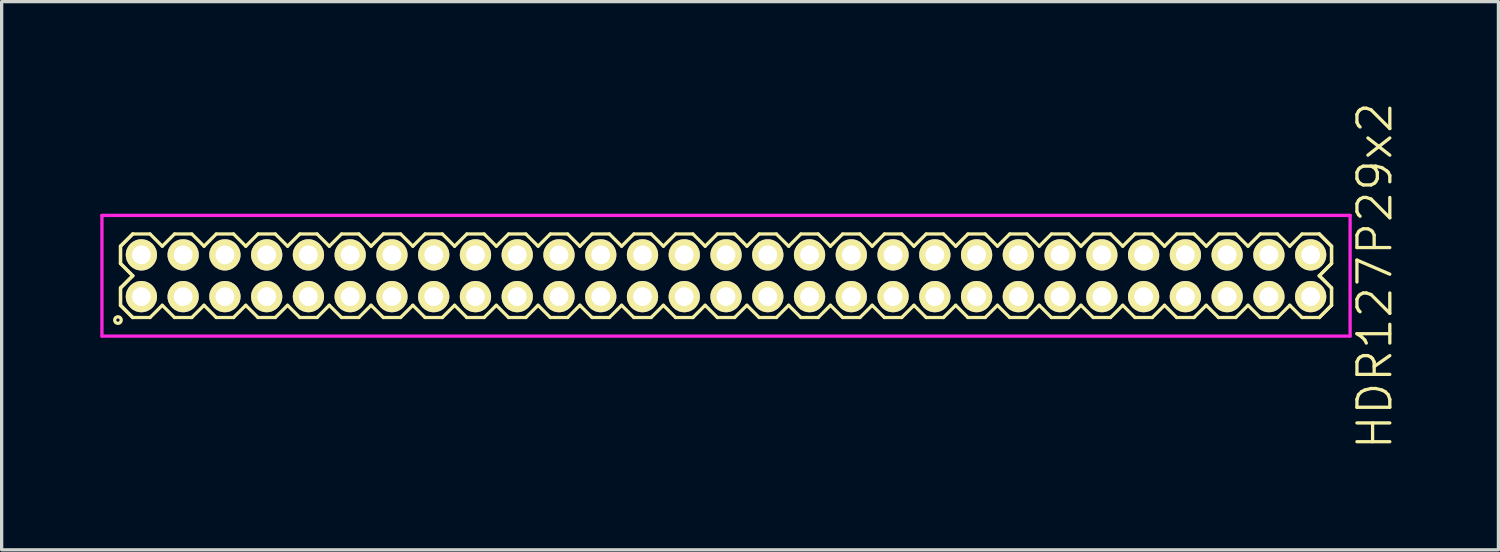
<source format=kicad_pcb>
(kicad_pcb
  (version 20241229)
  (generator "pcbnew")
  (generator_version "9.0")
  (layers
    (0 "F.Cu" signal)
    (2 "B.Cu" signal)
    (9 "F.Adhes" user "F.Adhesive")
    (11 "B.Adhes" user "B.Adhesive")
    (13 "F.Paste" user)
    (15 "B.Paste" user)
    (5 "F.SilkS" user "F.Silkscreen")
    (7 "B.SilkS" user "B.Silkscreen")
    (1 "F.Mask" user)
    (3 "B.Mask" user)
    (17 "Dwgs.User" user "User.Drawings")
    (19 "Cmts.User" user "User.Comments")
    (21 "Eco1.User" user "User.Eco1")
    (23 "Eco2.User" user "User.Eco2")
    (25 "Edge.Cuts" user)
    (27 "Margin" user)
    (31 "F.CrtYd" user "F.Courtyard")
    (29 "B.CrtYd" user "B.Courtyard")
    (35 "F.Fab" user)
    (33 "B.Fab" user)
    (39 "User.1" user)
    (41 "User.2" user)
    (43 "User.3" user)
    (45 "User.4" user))
  (footprint "HDR127P29x2"
    (layer "F.Cu")
    (at 19.03 5.336)
    (property "Reference" "HDR127P29x2" (at 19.73 0 90) (layer "F.SilkS") (effects (font (size 1 1) (thickness 0.1))))
    (attr through_hole)
    (fp_line (start -18.415 -0.898) (end -18.043 -1.27) (stroke (width 0.1) (type solid)) (layer "F.SilkS"))
    (fp_line (start -18.415 -0.898) (end -18.043 -1.27) (stroke (width 0.1) (type solid)) (layer "F.SilkS"))
    (fp_line (start -18.415 -0.372) (end -18.415 -0.898) (stroke (width 0.1) (type solid)) (layer "F.SilkS"))
    (fp_line (start -18.415 -0.372) (end -18.415 -0.898) (stroke (width 0.1) (type solid)) (layer "F.SilkS"))
    (fp_line (start -18.415 0.372) (end -18.043 0) (stroke (width 0.1) (type solid)) (layer "F.SilkS"))
    (fp_line (start -18.415 0.372) (end -18.043 0) (stroke (width 0.1) (type solid)) (layer "F.SilkS"))
    (fp_line (start -18.415 0.898) (end -18.415 0.372) (stroke (width 0.1) (type solid)) (layer "F.SilkS"))
    (fp_line (start -18.415 0.898) (end -18.415 0.372) (stroke (width 0.1) (type solid)) (layer "F.SilkS"))
    (fp_line (start -18.043 -1.27) (end -17.517 -1.27) (stroke (width 0.1) (type solid)) (layer "F.SilkS"))
    (fp_line (start -18.043 0) (end -18.415 -0.372) (stroke (width 0.1) (type solid)) (layer "F.SilkS"))
    (fp_line (start -18.043 0) (end -18.415 -0.372) (stroke (width 0.1) (type solid)) (layer "F.SilkS"))
    (fp_line (start -18.043 1.27) (end -18.415 0.898) (stroke (width 0.1) (type solid)) (layer "F.SilkS"))
    (fp_line (start -18.043 1.27) (end -18.415 0.898) (stroke (width 0.1) (type solid)) (layer "F.SilkS"))
    (fp_line (start -17.517 -1.27) (end -17.145 -0.898) (stroke (width 0.1) (type solid)) (layer "F.SilkS"))
    (fp_line (start -17.517 1.27) (end -18.043 1.27) (stroke (width 0.1) (type solid)) (layer "F.SilkS"))
    (fp_line (start -17.145 -0.898) (end -16.773 -1.27) (stroke (width 0.1) (type solid)) (layer "F.SilkS"))
    (fp_line (start -17.145 0.898) (end -17.517 1.27) (stroke (width 0.1) (type solid)) (layer "F.SilkS"))
    (fp_line (start -16.773 -1.27) (end -16.247 -1.27) (stroke (width 0.1) (type solid)) (layer "F.SilkS"))
    (fp_line (start -16.773 1.27) (end -17.145 0.898) (stroke (width 0.1) (type solid)) (layer "F.SilkS"))
    (fp_line (start -16.247 -1.27) (end -15.875 -0.898) (stroke (width 0.1) (type solid)) (layer "F.SilkS"))
    (fp_line (start -16.247 1.27) (end -16.773 1.27) (stroke (width 0.1) (type solid)) (layer "F.SilkS"))
    (fp_line (start -15.875 -0.898) (end -15.503 -1.27) (stroke (width 0.1) (type solid)) (layer "F.SilkS"))
    (fp_line (start -15.875 0.898) (end -16.247 1.27) (stroke (width 0.1) (type solid)) (layer "F.SilkS"))
    (fp_line (start -15.503 -1.27) (end -14.977 -1.27) (stroke (width 0.1) (type solid)) (layer "F.SilkS"))
    (fp_line (start -15.503 1.27) (end -15.875 0.898) (stroke (width 0.1) (type solid)) (layer "F.SilkS"))
    (fp_line (start -14.977 -1.27) (end -14.605 -0.898) (stroke (width 0.1) (type solid)) (layer "F.SilkS"))
    (fp_line (start -14.977 1.27) (end -15.503 1.27) (stroke (width 0.1) (type solid)) (layer "F.SilkS"))
    (fp_line (start -14.605 -0.898) (end -14.233 -1.27) (stroke (width 0.1) (type solid)) (layer "F.SilkS"))
    (fp_line (start -14.605 0.898) (end -14.977 1.27) (stroke (width 0.1) (type solid)) (layer "F.SilkS"))
    (fp_line (start -14.233 -1.27) (end -13.707 -1.27) (stroke (width 0.1) (type solid)) (layer "F.SilkS"))
    (fp_line (start -14.233 1.27) (end -14.605 0.898) (stroke (width 0.1) (type solid)) (layer "F.SilkS"))
    (fp_line (start -13.707 -1.27) (end -13.335 -0.898) (stroke (width 0.1) (type solid)) (layer "F.SilkS"))
    (fp_line (start -13.707 1.27) (end -14.233 1.27) (stroke (width 0.1) (type solid)) (layer "F.SilkS"))
    (fp_line (start -13.335 -0.898) (end -12.963 -1.27) (stroke (width 0.1) (type solid)) (layer "F.SilkS"))
    (fp_line (start -13.335 0.898) (end -13.707 1.27) (stroke (width 0.1) (type solid)) (layer "F.SilkS"))
    (fp_line (start -12.963 -1.27) (end -12.437 -1.27) (stroke (width 0.1) (type solid)) (layer "F.SilkS"))
    (fp_line (start -12.963 1.27) (end -13.335 0.898) (stroke (width 0.1) (type solid)) (layer "F.SilkS"))
    (fp_line (start -12.437 -1.27) (end -12.065 -0.898) (stroke (width 0.1) (type solid)) (layer "F.SilkS"))
    (fp_line (start -12.437 1.27) (end -12.963 1.27) (stroke (width 0.1) (type solid)) (layer "F.SilkS"))
    (fp_line (start -12.065 -0.898) (end -11.693 -1.27) (stroke (width 0.1) (type solid)) (layer "F.SilkS"))
    (fp_line (start -12.065 0.898) (end -12.437 1.27) (stroke (width 0.1) (type solid)) (layer "F.SilkS"))
    (fp_line (start -11.693 -1.27) (end -11.167 -1.27) (stroke (width 0.1) (type solid)) (layer "F.SilkS"))
    (fp_line (start -11.693 1.27) (end -12.065 0.898) (stroke (width 0.1) (type solid)) (layer "F.SilkS"))
    (fp_line (start -11.167 -1.27) (end -10.795 -0.898) (stroke (width 0.1) (type solid)) (layer "F.SilkS"))
    (fp_line (start -11.167 1.27) (end -11.693 1.27) (stroke (width 0.1) (type solid)) (layer "F.SilkS"))
    (fp_line (start -10.795 -0.898) (end -10.423 -1.27) (stroke (width 0.1) (type solid)) (layer "F.SilkS"))
    (fp_line (start -10.795 0.898) (end -11.167 1.27) (stroke (width 0.1) (type solid)) (layer "F.SilkS"))
    (fp_line (start -10.423 -1.27) (end -9.897 -1.27) (stroke (width 0.1) (type solid)) (layer "F.SilkS"))
    (fp_line (start -10.423 1.27) (end -10.795 0.898) (stroke (width 0.1) (type solid)) (layer "F.SilkS"))
    (fp_line (start -9.897 -1.27) (end -9.525 -0.898) (stroke (width 0.1) (type solid)) (layer "F.SilkS"))
    (fp_line (start -9.897 1.27) (end -10.423 1.27) (stroke (width 0.1) (type solid)) (layer "F.SilkS"))
    (fp_line (start -9.525 -0.898) (end -9.153 -1.27) (stroke (width 0.1) (type solid)) (layer "F.SilkS"))
    (fp_line (start -9.525 0.898) (end -9.897 1.27) (stroke (width 0.1) (type solid)) (layer "F.SilkS"))
    (fp_line (start -9.153 -1.27) (end -8.627 -1.27) (stroke (width 0.1) (type solid)) (layer "F.SilkS"))
    (fp_line (start -9.153 1.27) (end -9.525 0.898) (stroke (width 0.1) (type solid)) (layer "F.SilkS"))
    (fp_line (start -8.627 -1.27) (end -8.255 -0.898) (stroke (width 0.1) (type solid)) (layer "F.SilkS"))
    (fp_line (start -8.627 1.27) (end -9.153 1.27) (stroke (width 0.1) (type solid)) (layer "F.SilkS"))
    (fp_line (start -8.255 -0.898) (end -7.883 -1.27) (stroke (width 0.1) (type solid)) (layer "F.SilkS"))
    (fp_line (start -8.255 0.898) (end -8.627 1.27) (stroke (width 0.1) (type solid)) (layer "F.SilkS"))
    (fp_line (start -7.883 -1.27) (end -7.357 -1.27) (stroke (width 0.1) (type solid)) (layer "F.SilkS"))
    (fp_line (start -7.883 1.27) (end -8.255 0.898) (stroke (width 0.1) (type solid)) (layer "F.SilkS"))
    (fp_line (start -7.357 -1.27) (end -6.985 -0.898) (stroke (width 0.1) (type solid)) (layer "F.SilkS"))
    (fp_line (start -7.357 1.27) (end -7.883 1.27) (stroke (width 0.1) (type solid)) (layer "F.SilkS"))
    (fp_line (start -6.985 -0.898) (end -6.613 -1.27) (stroke (width 0.1) (type solid)) (layer "F.SilkS"))
    (fp_line (start -6.985 0.898) (end -7.357 1.27) (stroke (width 0.1) (type solid)) (layer "F.SilkS"))
    (fp_line (start -6.613 -1.27) (end -6.087 -1.27) (stroke (width 0.1) (type solid)) (layer "F.SilkS"))
    (fp_line (start -6.613 1.27) (end -6.985 0.898) (stroke (width 0.1) (type solid)) (layer "F.SilkS"))
    (fp_line (start -6.087 -1.27) (end -5.715 -0.898) (stroke (width 0.1) (type solid)) (layer "F.SilkS"))
    (fp_line (start -6.087 1.27) (end -6.613 1.27) (stroke (width 0.1) (type solid)) (layer "F.SilkS"))
    (fp_line (start -5.715 -0.898) (end -5.343 -1.27) (stroke (width 0.1) (type solid)) (layer "F.SilkS"))
    (fp_line (start -5.715 0.898) (end -6.087 1.27) (stroke (width 0.1) (type solid)) (layer "F.SilkS"))
    (fp_line (start -5.343 -1.27) (end -4.817 -1.27) (stroke (width 0.1) (type solid)) (layer "F.SilkS"))
    (fp_line (start -5.343 1.27) (end -5.715 0.898) (stroke (width 0.1) (type solid)) (layer "F.SilkS"))
    (fp_line (start -4.817 -1.27) (end -4.445 -0.898) (stroke (width 0.1) (type solid)) (layer "F.SilkS"))
    (fp_line (start -4.817 1.27) (end -5.343 1.27) (stroke (width 0.1) (type solid)) (layer "F.SilkS"))
    (fp_line (start -4.445 -0.898) (end -4.073 -1.27) (stroke (width 0.1) (type solid)) (layer "F.SilkS"))
    (fp_line (start -4.445 0.898) (end -4.817 1.27) (stroke (width 0.1) (type solid)) (layer "F.SilkS"))
    (fp_line (start -4.073 -1.27) (end -3.547 -1.27) (stroke (width 0.1) (type solid)) (layer "F.SilkS"))
    (fp_line (start -4.073 1.27) (end -4.445 0.898) (stroke (width 0.1) (type solid)) (layer "F.SilkS"))
    (fp_line (start -3.547 -1.27) (end -3.175 -0.898) (stroke (width 0.1) (type solid)) (layer "F.SilkS"))
    (fp_line (start -3.547 1.27) (end -4.073 1.27) (stroke (width 0.1) (type solid)) (layer "F.SilkS"))
    (fp_line (start -3.175 -0.898) (end -2.803 -1.27) (stroke (width 0.1) (type solid)) (layer "F.SilkS"))
    (fp_line (start -3.175 0.898) (end -3.547 1.27) (stroke (width 0.1) (type solid)) (layer "F.SilkS"))
    (fp_line (start -2.803 -1.27) (end -2.277 -1.27) (stroke (width 0.1) (type solid)) (layer "F.SilkS"))
    (fp_line (start -2.803 1.27) (end -3.175 0.898) (stroke (width 0.1) (type solid)) (layer "F.SilkS"))
    (fp_line (start -2.277 -1.27) (end -1.905 -0.898) (stroke (width 0.1) (type solid)) (layer "F.SilkS"))
    (fp_line (start -2.277 1.27) (end -2.803 1.27) (stroke (width 0.1) (type solid)) (layer "F.SilkS"))
    (fp_line (start -1.905 -0.898) (end -1.533 -1.27) (stroke (width 0.1) (type solid)) (layer "F.SilkS"))
    (fp_line (start -1.905 0.898) (end -2.277 1.27) (stroke (width 0.1) (type solid)) (layer "F.SilkS"))
    (fp_line (start -1.533 -1.27) (end -1.007 -1.27) (stroke (width 0.1) (type solid)) (layer "F.SilkS"))
    (fp_line (start -1.533 1.27) (end -1.905 0.898) (stroke (width 0.1) (type solid)) (layer "F.SilkS"))
    (fp_line (start -1.007 -1.27) (end -0.635 -0.898) (stroke (width 0.1) (type solid)) (layer "F.SilkS"))
    (fp_line (start -1.007 1.27) (end -1.533 1.27) (stroke (width 0.1) (type solid)) (layer "F.SilkS"))
    (fp_line (start -0.635 -0.898) (end -0.263 -1.27) (stroke (width 0.1) (type solid)) (layer "F.SilkS"))
    (fp_line (start -0.635 0.898) (end -1.007 1.27) (stroke (width 0.1) (type solid)) (layer "F.SilkS"))
    (fp_line (start -0.263 -1.27) (end 0.263 -1.27) (stroke (width 0.1) (type solid)) (layer "F.SilkS"))
    (fp_line (start -0.263 1.27) (end -0.635 0.898) (stroke (width 0.1) (type solid)) (layer "F.SilkS"))
    (fp_line (start 0.263 -1.27) (end 0.635 -0.898) (stroke (width 0.1) (type solid)) (layer "F.SilkS"))
    (fp_line (start 0.263 1.27) (end -0.263 1.27) (stroke (width 0.1) (type solid)) (layer "F.SilkS"))
    (fp_line (start 0.635 -0.898) (end 1.007 -1.27) (stroke (width 0.1) (type solid)) (layer "F.SilkS"))
    (fp_line (start 0.635 0.898) (end 0.263 1.27) (stroke (width 0.1) (type solid)) (layer "F.SilkS"))
    (fp_line (start 1.007 -1.27) (end 1.533 -1.27) (stroke (width 0.1) (type solid)) (layer "F.SilkS"))
    (fp_line (start 1.007 1.27) (end 0.635 0.898) (stroke (width 0.1) (type solid)) (layer "F.SilkS"))
    (fp_line (start 1.533 -1.27) (end 1.905 -0.898) (stroke (width 0.1) (type solid)) (layer "F.SilkS"))
    (fp_line (start 1.533 1.27) (end 1.007 1.27) (stroke (width 0.1) (type solid)) (layer "F.SilkS"))
    (fp_line (start 1.905 -0.898) (end 2.277 -1.27) (stroke (width 0.1) (type solid)) (layer "F.SilkS"))
    (fp_line (start 1.905 0.898) (end 1.533 1.27) (stroke (width 0.1) (type solid)) (layer "F.SilkS"))
    (fp_line (start 2.277 -1.27) (end 2.803 -1.27) (stroke (width 0.1) (type solid)) (layer "F.SilkS"))
    (fp_line (start 2.277 1.27) (end 1.905 0.898) (stroke (width 0.1) (type solid)) (layer "F.SilkS"))
    (fp_line (start 2.803 -1.27) (end 3.175 -0.898) (stroke (width 0.1) (type solid)) (layer "F.SilkS"))
    (fp_line (start 2.803 1.27) (end 2.277 1.27) (stroke (width 0.1) (type solid)) (layer "F.SilkS"))
    (fp_line (start 3.175 -0.898) (end 3.547 -1.27) (stroke (width 0.1) (type solid)) (layer "F.SilkS"))
    (fp_line (start 3.175 0.898) (end 2.803 1.27) (stroke (width 0.1) (type solid)) (layer "F.SilkS"))
    (fp_line (start 3.547 -1.27) (end 4.073 -1.27) (stroke (width 0.1) (type solid)) (layer "F.SilkS"))
    (fp_line (start 3.547 1.27) (end 3.175 0.898) (stroke (width 0.1) (type solid)) (layer "F.SilkS"))
    (fp_line (start 4.073 -1.27) (end 4.445 -0.898) (stroke (width 0.1) (type solid)) (layer "F.SilkS"))
    (fp_line (start 4.073 1.27) (end 3.547 1.27) (stroke (width 0.1) (type solid)) (layer "F.SilkS"))
    (fp_line (start 4.445 -0.898) (end 4.817 -1.27) (stroke (width 0.1) (type solid)) (layer "F.SilkS"))
    (fp_line (start 4.445 0.898) (end 4.073 1.27) (stroke (width 0.1) (type solid)) (layer "F.SilkS"))
    (fp_line (start 4.817 -1.27) (end 5.343 -1.27) (stroke (width 0.1) (type solid)) (layer "F.SilkS"))
    (fp_line (start 4.817 1.27) (end 4.445 0.898) (stroke (width 0.1) (type solid)) (layer "F.SilkS"))
    (fp_line (start 5.343 -1.27) (end 5.715 -0.898) (stroke (width 0.1) (type solid)) (layer "F.SilkS"))
    (fp_line (start 5.343 1.27) (end 4.817 1.27) (stroke (width 0.1) (type solid)) (layer "F.SilkS"))
    (fp_line (start 5.715 -0.898) (end 6.087 -1.27) (stroke (width 0.1) (type solid)) (layer "F.SilkS"))
    (fp_line (start 5.715 0.898) (end 5.343 1.27) (stroke (width 0.1) (type solid)) (layer "F.SilkS"))
    (fp_line (start 6.087 -1.27) (end 6.613 -1.27) (stroke (width 0.1) (type solid)) (layer "F.SilkS"))
    (fp_line (start 6.087 1.27) (end 5.715 0.898) (stroke (width 0.1) (type solid)) (layer "F.SilkS"))
    (fp_line (start 6.613 -1.27) (end 6.985 -0.898) (stroke (width 0.1) (type solid)) (layer "F.SilkS"))
    (fp_line (start 6.613 1.27) (end 6.087 1.27) (stroke (width 0.1) (type solid)) (layer "F.SilkS"))
    (fp_line (start 6.985 -0.898) (end 7.357 -1.27) (stroke (width 0.1) (type solid)) (layer "F.SilkS"))
    (fp_line (start 6.985 0.898) (end 6.613 1.27) (stroke (width 0.1) (type solid)) (layer "F.SilkS"))
    (fp_line (start 7.357 -1.27) (end 7.883 -1.27) (stroke (width 0.1) (type solid)) (layer "F.SilkS"))
    (fp_line (start 7.357 1.27) (end 6.985 0.898) (stroke (width 0.1) (type solid)) (layer "F.SilkS"))
    (fp_line (start 7.883 -1.27) (end 8.255 -0.898) (stroke (width 0.1) (type solid)) (layer "F.SilkS"))
    (fp_line (start 7.883 1.27) (end 7.357 1.27) (stroke (width 0.1) (type solid)) (layer "F.SilkS"))
    (fp_line (start 8.255 -0.898) (end 8.627 -1.27) (stroke (width 0.1) (type solid)) (layer "F.SilkS"))
    (fp_line (start 8.255 0.898) (end 7.883 1.27) (stroke (width 0.1) (type solid)) (layer "F.SilkS"))
    (fp_line (start 8.627 -1.27) (end 9.153 -1.27) (stroke (width 0.1) (type solid)) (layer "F.SilkS"))
    (fp_line (start 8.627 1.27) (end 8.255 0.898) (stroke (width 0.1) (type solid)) (layer "F.SilkS"))
    (fp_line (start 9.153 -1.27) (end 9.525 -0.898) (stroke (width 0.1) (type solid)) (layer "F.SilkS"))
    (fp_line (start 9.153 1.27) (end 8.627 1.27) (stroke (width 0.1) (type solid)) (layer "F.SilkS"))
    (fp_line (start 9.525 -0.898) (end 9.897 -1.27) (stroke (width 0.1) (type solid)) (layer "F.SilkS"))
    (fp_line (start 9.525 0.898) (end 9.153 1.27) (stroke (width 0.1) (type solid)) (layer "F.SilkS"))
    (fp_line (start 9.897 -1.27) (end 10.423 -1.27) (stroke (width 0.1) (type solid)) (layer "F.SilkS"))
    (fp_line (start 9.897 1.27) (end 9.525 0.898) (stroke (width 0.1) (type solid)) (layer "F.SilkS"))
    (fp_line (start 10.423 -1.27) (end 10.795 -0.898) (stroke (width 0.1) (type solid)) (layer "F.SilkS"))
    (fp_line (start 10.423 1.27) (end 9.897 1.27) (stroke (width 0.1) (type solid)) (layer "F.SilkS"))
    (fp_line (start 10.795 -0.898) (end 11.167 -1.27) (stroke (width 0.1) (type solid)) (layer "F.SilkS"))
    (fp_line (start 10.795 0.898) (end 10.423 1.27) (stroke (width 0.1) (type solid)) (layer "F.SilkS"))
    (fp_line (start 11.167 -1.27) (end 11.693 -1.27) (stroke (width 0.1) (type solid)) (layer "F.SilkS"))
    (fp_line (start 11.167 1.27) (end 10.795 0.898) (stroke (width 0.1) (type solid)) (layer "F.SilkS"))
    (fp_line (start 11.693 -1.27) (end 12.065 -0.898) (stroke (width 0.1) (type solid)) (layer "F.SilkS"))
    (fp_line (start 11.693 1.27) (end 11.167 1.27) (stroke (width 0.1) (type solid)) (layer "F.SilkS"))
    (fp_line (start 12.065 -0.898) (end 12.437 -1.27) (stroke (width 0.1) (type solid)) (layer "F.SilkS"))
    (fp_line (start 12.065 0.898) (end 11.693 1.27) (stroke (width 0.1) (type solid)) (layer "F.SilkS"))
    (fp_line (start 12.437 -1.27) (end 12.963 -1.27) (stroke (width 0.1) (type solid)) (layer "F.SilkS"))
    (fp_line (start 12.437 1.27) (end 12.065 0.898) (stroke (width 0.1) (type solid)) (layer "F.SilkS"))
    (fp_line (start 12.963 -1.27) (end 13.335 -0.898) (stroke (width 0.1) (type solid)) (layer "F.SilkS"))
    (fp_line (start 12.963 1.27) (end 12.437 1.27) (stroke (width 0.1) (type solid)) (layer "F.SilkS"))
    (fp_line (start 13.335 -0.898) (end 13.707 -1.27) (stroke (width 0.1) (type solid)) (layer "F.SilkS"))
    (fp_line (start 13.335 0.898) (end 12.963 1.27) (stroke (width 0.1) (type solid)) (layer "F.SilkS"))
    (fp_line (start 13.707 -1.27) (end 14.233 -1.27) (stroke (width 0.1) (type solid)) (layer "F.SilkS"))
    (fp_line (start 13.707 1.27) (end 13.335 0.898) (stroke (width 0.1) (type solid)) (layer "F.SilkS"))
    (fp_line (start 14.233 -1.27) (end 14.605 -0.898) (stroke (width 0.1) (type solid)) (layer "F.SilkS"))
    (fp_line (start 14.233 1.27) (end 13.707 1.27) (stroke (width 0.1) (type solid)) (layer "F.SilkS"))
    (fp_line (start 14.605 -0.898) (end 14.977 -1.27) (stroke (width 0.1) (type solid)) (layer "F.SilkS"))
    (fp_line (start 14.605 0.898) (end 14.233 1.27) (stroke (width 0.1) (type solid)) (layer "F.SilkS"))
    (fp_line (start 14.977 -1.27) (end 15.503 -1.27) (stroke (width 0.1) (type solid)) (layer "F.SilkS"))
    (fp_line (start 14.977 1.27) (end 14.605 0.898) (stroke (width 0.1) (type solid)) (layer "F.SilkS"))
    (fp_line (start 15.503 -1.27) (end 15.875 -0.898) (stroke (width 0.1) (type solid)) (layer "F.SilkS"))
    (fp_line (start 15.503 1.27) (end 14.977 1.27) (stroke (width 0.1) (type solid)) (layer "F.SilkS"))
    (fp_line (start 15.875 -0.898) (end 16.247 -1.27) (stroke (width 0.1) (type solid)) (layer "F.SilkS"))
    (fp_line (start 15.875 0.898) (end 15.503 1.27) (stroke (width 0.1) (type solid)) (layer "F.SilkS"))
    (fp_line (start 16.247 -1.27) (end 16.773 -1.27) (stroke (width 0.1) (type solid)) (layer "F.SilkS"))
    (fp_line (start 16.247 1.27) (end 15.875 0.898) (stroke (width 0.1) (type solid)) (layer "F.SilkS"))
    (fp_line (start 16.773 -1.27) (end 17.145 -0.898) (stroke (width 0.1) (type solid)) (layer "F.SilkS"))
    (fp_line (start 16.773 1.27) (end 16.247 1.27) (stroke (width 0.1) (type solid)) (layer "F.SilkS"))
    (fp_line (start 17.145 -0.898) (end 17.517 -1.27) (stroke (width 0.1) (type solid)) (layer "F.SilkS"))
    (fp_line (start 17.145 0.898) (end 16.773 1.27) (stroke (width 0.1) (type solid)) (layer "F.SilkS"))
    (fp_line (start 17.517 -1.27) (end 18.043 -1.27) (stroke (width 0.1) (type solid)) (layer "F.SilkS"))
    (fp_line (start 17.517 1.27) (end 17.145 0.898) (stroke (width 0.1) (type solid)) (layer "F.SilkS"))
    (fp_line (start 18.043 -1.27) (end 18.415 -0.898) (stroke (width 0.1) (type solid)) (layer "F.SilkS"))
    (fp_line (start 18.043 -1.27) (end 18.415 -0.898) (stroke (width 0.1) (type solid)) (layer "F.SilkS"))
    (fp_line (start 18.043 0) (end 18.415 0.372) (stroke (width 0.1) (type solid)) (layer "F.SilkS"))
    (fp_line (start 18.043 0) (end 18.415 0.372) (stroke (width 0.1) (type solid)) (layer "F.SilkS"))
    (fp_line (start 18.043 1.27) (end 17.517 1.27) (stroke (width 0.1) (type solid)) (layer "F.SilkS"))
    (fp_line (start 18.415 -0.898) (end 18.415 -0.372) (stroke (width 0.1) (type solid)) (layer "F.SilkS"))
    (fp_line (start 18.415 -0.898) (end 18.415 -0.372) (stroke (width 0.1) (type solid)) (layer "F.SilkS"))
    (fp_line (start 18.415 -0.372) (end 18.043 0) (stroke (width 0.1) (type solid)) (layer "F.SilkS"))
    (fp_line (start 18.415 -0.372) (end 18.043 0) (stroke (width 0.1) (type solid)) (layer "F.SilkS"))
    (fp_line (start 18.415 0.372) (end 18.415 0.898) (stroke (width 0.1) (type solid)) (layer "F.SilkS"))
    (fp_line (start 18.415 0.372) (end 18.415 0.898) (stroke (width 0.1) (type solid)) (layer "F.SilkS"))
    (fp_line (start 18.415 0.898) (end 18.043 1.27) (stroke (width 0.1) (type solid)) (layer "F.SilkS"))
    (fp_line (start 18.415 0.898) (end 18.043 1.27) (stroke (width 0.1) (type solid)) (layer "F.SilkS"))
    (fp_circle (center -18.493 1.348) (end -18.393 1.348) (stroke (width 0.1) (type solid)) (fill no) (layer "F.SilkS"))
    (fp_line (start -18.98 -1.835) (end -18.98 1.835) (stroke (width 0.1) (type solid)) (layer "F.CrtYd"))
    (fp_line (start -18.98 1.835) (end 18.98 1.835) (stroke (width 0.1) (type solid)) (layer "F.CrtYd"))
    (fp_line (start 18.98 -1.835) (end -18.98 -1.835) (stroke (width 0.1) (type solid)) (layer "F.CrtYd"))
    (fp_line (start 18.98 1.835) (end 18.98 -1.835) (stroke (width 0.1) (type solid)) (layer "F.CrtYd"))
    (pad "1" thru_hole oval (at -17.78 0.635) (size 0.95 0.95) (drill 0.57) (layers "*.Cu" "*.Mask" "F.SilkS"))
    (pad "2" thru_hole oval (at -17.78 -0.635) (size 0.95 0.95) (drill 0.57) (layers "*.Cu" "*.Mask" "F.SilkS"))
    (pad "3" thru_hole oval (at -16.51 0.635) (size 0.95 0.95) (drill 0.57) (layers "*.Cu" "*.Mask" "F.SilkS"))
    (pad "4" thru_hole oval (at -16.51 -0.635) (size 0.95 0.95) (drill 0.57) (layers "*.Cu" "*.Mask" "F.SilkS"))
    (pad "5" thru_hole oval (at -15.24 0.635) (size 0.95 0.95) (drill 0.57) (layers "*.Cu" "*.Mask" "F.SilkS"))
    (pad "6" thru_hole oval (at -15.24 -0.635) (size 0.95 0.95) (drill 0.57) (layers "*.Cu" "*.Mask" "F.SilkS"))
    (pad "7" thru_hole oval (at -13.97 0.635) (size 0.95 0.95) (drill 0.57) (layers "*.Cu" "*.Mask" "F.SilkS"))
    (pad "8" thru_hole oval (at -13.97 -0.635) (size 0.95 0.95) (drill 0.57) (layers "*.Cu" "*.Mask" "F.SilkS"))
    (pad "9" thru_hole oval (at -12.7 0.635) (size 0.95 0.95) (drill 0.57) (layers "*.Cu" "*.Mask" "F.SilkS"))
    (pad "10" thru_hole oval (at -12.7 -0.635) (size 0.95 0.95) (drill 0.57) (layers "*.Cu" "*.Mask" "F.SilkS"))
    (pad "11" thru_hole oval (at -11.43 0.635) (size 0.95 0.95) (drill 0.57) (layers "*.Cu" "*.Mask" "F.SilkS"))
    (pad "12" thru_hole oval (at -11.43 -0.635) (size 0.95 0.95) (drill 0.57) (layers "*.Cu" "*.Mask" "F.SilkS"))
    (pad "13" thru_hole oval (at -10.16 0.635) (size 0.95 0.95) (drill 0.57) (layers "*.Cu" "*.Mask" "F.SilkS"))
    (pad "14" thru_hole oval (at -10.16 -0.635) (size 0.95 0.95) (drill 0.57) (layers "*.Cu" "*.Mask" "F.SilkS"))
    (pad "15" thru_hole oval (at -8.89 0.635) (size 0.95 0.95) (drill 0.57) (layers "*.Cu" "*.Mask" "F.SilkS"))
    (pad "16" thru_hole oval (at -8.89 -0.635) (size 0.95 0.95) (drill 0.57) (layers "*.Cu" "*.Mask" "F.SilkS"))
    (pad "17" thru_hole oval (at -7.62 0.635) (size 0.95 0.95) (drill 0.57) (layers "*.Cu" "*.Mask" "F.SilkS"))
    (pad "18" thru_hole oval (at -7.62 -0.635) (size 0.95 0.95) (drill 0.57) (layers "*.Cu" "*.Mask" "F.SilkS"))
    (pad "19" thru_hole oval (at -6.35 0.635) (size 0.95 0.95) (drill 0.57) (layers "*.Cu" "*.Mask" "F.SilkS"))
    (pad "20" thru_hole oval (at -6.35 -0.635) (size 0.95 0.95) (drill 0.57) (layers "*.Cu" "*.Mask" "F.SilkS"))
    (pad "21" thru_hole oval (at -5.08 0.635) (size 0.95 0.95) (drill 0.57) (layers "*.Cu" "*.Mask" "F.SilkS"))
    (pad "22" thru_hole oval (at -5.08 -0.635) (size 0.95 0.95) (drill 0.57) (layers "*.Cu" "*.Mask" "F.SilkS"))
    (pad "23" thru_hole oval (at -3.81 0.635) (size 0.95 0.95) (drill 0.57) (layers "*.Cu" "*.Mask" "F.SilkS"))
    (pad "24" thru_hole oval (at -3.81 -0.635) (size 0.95 0.95) (drill 0.57) (layers "*.Cu" "*.Mask" "F.SilkS"))
    (pad "25" thru_hole oval (at -2.54 0.635) (size 0.95 0.95) (drill 0.57) (layers "*.Cu" "*.Mask" "F.SilkS"))
    (pad "26" thru_hole oval (at -2.54 -0.635) (size 0.95 0.95) (drill 0.57) (layers "*.Cu" "*.Mask" "F.SilkS"))
    (pad "27" thru_hole oval (at -1.27 0.635) (size 0.95 0.95) (drill 0.57) (layers "*.Cu" "*.Mask" "F.SilkS"))
    (pad "28" thru_hole oval (at -1.27 -0.635) (size 0.95 0.95) (drill 0.57) (layers "*.Cu" "*.Mask" "F.SilkS"))
    (pad "29" thru_hole oval (at 0 0.635) (size 0.95 0.95) (drill 0.57) (layers "*.Cu" "*.Mask" "F.SilkS"))
    (pad "30" thru_hole oval (at 0 -0.635) (size 0.95 0.95) (drill 0.57) (layers "*.Cu" "*.Mask" "F.SilkS"))
    (pad "31" thru_hole oval (at 1.27 0.635) (size 0.95 0.95) (drill 0.57) (layers "*.Cu" "*.Mask" "F.SilkS"))
    (pad "32" thru_hole oval (at 1.27 -0.635) (size 0.95 0.95) (drill 0.57) (layers "*.Cu" "*.Mask" "F.SilkS"))
    (pad "33" thru_hole oval (at 2.54 0.635) (size 0.95 0.95) (drill 0.57) (layers "*.Cu" "*.Mask" "F.SilkS"))
    (pad "34" thru_hole oval (at 2.54 -0.635) (size 0.95 0.95) (drill 0.57) (layers "*.Cu" "*.Mask" "F.SilkS"))
    (pad "35" thru_hole oval (at 3.81 0.635) (size 0.95 0.95) (drill 0.57) (layers "*.Cu" "*.Mask" "F.SilkS"))
    (pad "36" thru_hole oval (at 3.81 -0.635) (size 0.95 0.95) (drill 0.57) (layers "*.Cu" "*.Mask" "F.SilkS"))
    (pad "37" thru_hole oval (at 5.08 0.635) (size 0.95 0.95) (drill 0.57) (layers "*.Cu" "*.Mask" "F.SilkS"))
    (pad "38" thru_hole oval (at 5.08 -0.635) (size 0.95 0.95) (drill 0.57) (layers "*.Cu" "*.Mask" "F.SilkS"))
    (pad "39" thru_hole oval (at 6.35 0.635) (size 0.95 0.95) (drill 0.57) (layers "*.Cu" "*.Mask" "F.SilkS"))
    (pad "40" thru_hole oval (at 6.35 -0.635) (size 0.95 0.95) (drill 0.57) (layers "*.Cu" "*.Mask" "F.SilkS"))
    (pad "41" thru_hole oval (at 7.62 0.635) (size 0.95 0.95) (drill 0.57) (layers "*.Cu" "*.Mask" "F.SilkS"))
    (pad "42" thru_hole oval (at 7.62 -0.635) (size 0.95 0.95) (drill 0.57) (layers "*.Cu" "*.Mask" "F.SilkS"))
    (pad "43" thru_hole oval (at 8.89 0.635) (size 0.95 0.95) (drill 0.57) (layers "*.Cu" "*.Mask" "F.SilkS"))
    (pad "44" thru_hole oval (at 8.89 -0.635) (size 0.95 0.95) (drill 0.57) (layers "*.Cu" "*.Mask" "F.SilkS"))
    (pad "45" thru_hole oval (at 10.16 0.635) (size 0.95 0.95) (drill 0.57) (layers "*.Cu" "*.Mask" "F.SilkS"))
    (pad "46" thru_hole oval (at 10.16 -0.635) (size 0.95 0.95) (drill 0.57) (layers "*.Cu" "*.Mask" "F.SilkS"))
    (pad "47" thru_hole oval (at 11.43 0.635) (size 0.95 0.95) (drill 0.57) (layers "*.Cu" "*.Mask" "F.SilkS"))
    (pad "48" thru_hole oval (at 11.43 -0.635) (size 0.95 0.95) (drill 0.57) (layers "*.Cu" "*.Mask" "F.SilkS"))
    (pad "49" thru_hole oval (at 12.7 0.635) (size 0.95 0.95) (drill 0.57) (layers "*.Cu" "*.Mask" "F.SilkS"))
    (pad "50" thru_hole oval (at 12.7 -0.635) (size 0.95 0.95) (drill 0.57) (layers "*.Cu" "*.Mask" "F.SilkS"))
    (pad "51" thru_hole oval (at 13.97 0.635) (size 0.95 0.95) (drill 0.57) (layers "*.Cu" "*.Mask" "F.SilkS"))
    (pad "52" thru_hole oval (at 13.97 -0.635) (size 0.95 0.95) (drill 0.57) (layers "*.Cu" "*.Mask" "F.SilkS"))
    (pad "53" thru_hole oval (at 15.24 0.635) (size 0.95 0.95) (drill 0.57) (layers "*.Cu" "*.Mask" "F.SilkS"))
    (pad "54" thru_hole oval (at 15.24 -0.635) (size 0.95 0.95) (drill 0.57) (layers "*.Cu" "*.Mask" "F.SilkS"))
    (pad "55" thru_hole oval (at 16.51 0.635) (size 0.95 0.95) (drill 0.57) (layers "*.Cu" "*.Mask" "F.SilkS"))
    (pad "56" thru_hole oval (at 16.51 -0.635) (size 0.95 0.95) (drill 0.57) (layers "*.Cu" "*.Mask" "F.SilkS"))
    (pad "57" thru_hole oval (at 17.78 0.635) (size 0.95 0.95) (drill 0.57) (layers "*.Cu" "*.Mask" "F.SilkS"))
    (pad "58" thru_hole oval (at 17.78 -0.635) (size 0.95 0.95) (drill 0.57) (layers "*.Cu" "*.Mask" "F.SilkS")))
  (gr_rect
    (start -3 -3)
    (end 42.52 13.671)
    (stroke (width 0.1) (type default))
    (fill no)
    (layer "Edge.Cuts")))
</source>
